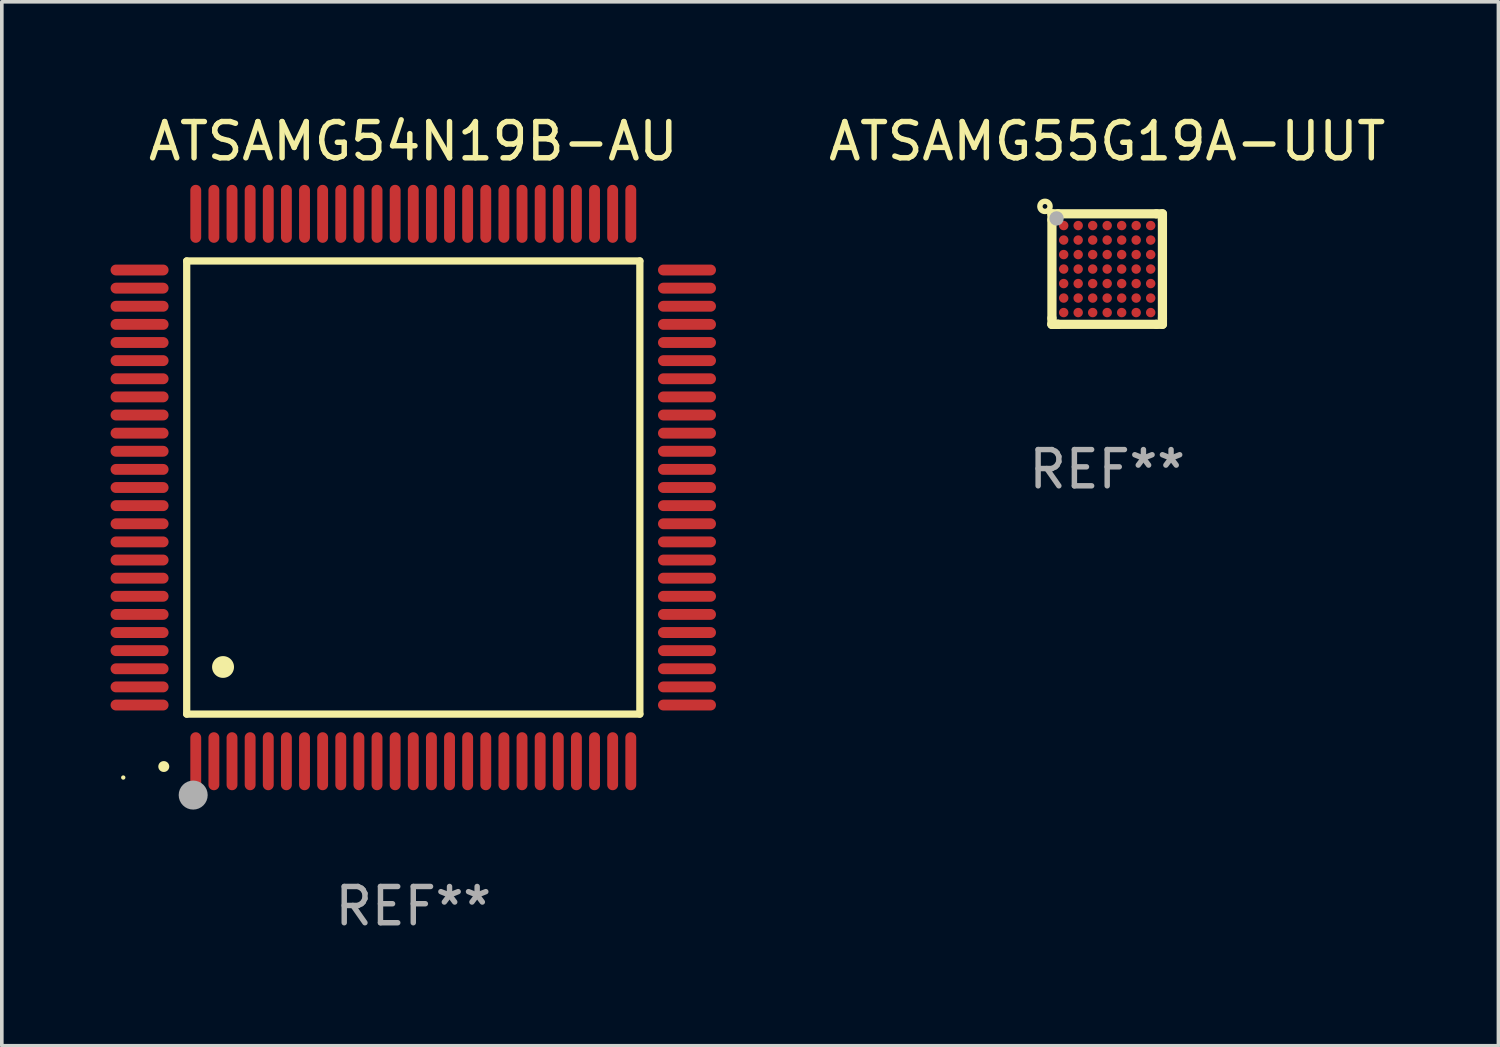
<source format=kicad_pcb>
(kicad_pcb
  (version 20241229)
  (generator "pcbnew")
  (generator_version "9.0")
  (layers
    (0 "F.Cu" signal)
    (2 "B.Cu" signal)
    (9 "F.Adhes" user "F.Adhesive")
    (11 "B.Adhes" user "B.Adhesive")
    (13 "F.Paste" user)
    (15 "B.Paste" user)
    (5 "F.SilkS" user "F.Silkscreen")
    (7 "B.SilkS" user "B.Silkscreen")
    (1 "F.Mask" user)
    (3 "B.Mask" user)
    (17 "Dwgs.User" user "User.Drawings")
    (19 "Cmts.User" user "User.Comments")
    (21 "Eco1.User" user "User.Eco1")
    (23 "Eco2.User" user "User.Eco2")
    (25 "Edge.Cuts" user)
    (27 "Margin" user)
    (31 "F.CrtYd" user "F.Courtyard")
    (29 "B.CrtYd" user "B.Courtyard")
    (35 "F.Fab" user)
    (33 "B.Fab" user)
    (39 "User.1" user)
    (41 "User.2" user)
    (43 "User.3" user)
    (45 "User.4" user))
  (footprint "ATSAMG54N19B-AU"
    (layer "F.Cu")
    (at 8.35 10.398)
    (property "Reference" "ATSAMG54N19B-AU" (at 0 -9.55 0) (layer "F.SilkS") (effects (font (size 1 1) (thickness 0.15))))
    (attr through_hole)
    (fp_line (start -6.25 -6.25) (end -6.25 6.25) (stroke (width 0.2) (type solid)) (layer "F.SilkS"))
    (fp_line (start -6.25 6.25) (end 6.25 6.25) (stroke (width 0.2) (type solid)) (layer "F.SilkS"))
    (fp_line (start 6.25 -6.25) (end -6.25 -6.25) (stroke (width 0.2) (type solid)) (layer "F.SilkS"))
    (fp_line (start 6.25 6.25) (end 6.25 -6.25) (stroke (width 0.2) (type solid)) (layer "F.SilkS"))
    (fp_arc (start -6.883414 7.696215) (mid -6.882144 7.69621) (end -6.880874 7.696215) (stroke (width 0.3) (type solid)) (layer "F.SilkS"))
    (fp_arc (start -5.250191 4.95047) (mid -5.247651 4.950459) (end -5.245111 4.95047) (stroke (width 0.6) (type solid)) (layer "F.SilkS"))
    (fp_circle (center -8 8) (end -7.97 8) (stroke (width 0.06) (type solid)) (fill no) (layer "F.SilkS"))
    (fp_circle (center -6.071 8.484) (end -5.871 8.484) (stroke (width 0.4) (type solid)) (fill no) (layer "F.Fab"))
    (fp_text user "REF**" (at 0 11.55 0) (layer "F.Fab") (effects (font (size 1 1) (thickness 0.15))))
    (pad "1" smd oval (at -6 7.55) (size 0.3 1.6) (layers "F.Cu" "F.Mask" "F.Paste"))
    (pad "2" smd oval (at -5.5 7.55) (size 0.3 1.6) (layers "F.Cu" "F.Mask" "F.Paste"))
    (pad "3" smd oval (at -5 7.55) (size 0.3 1.6) (layers "F.Cu" "F.Mask" "F.Paste"))
    (pad "4" smd oval (at -4.5 7.55) (size 0.3 1.6) (layers "F.Cu" "F.Mask" "F.Paste"))
    (pad "5" smd oval (at -4 7.55) (size 0.3 1.6) (layers "F.Cu" "F.Mask" "F.Paste"))
    (pad "6" smd oval (at -3.5 7.55) (size 0.3 1.6) (layers "F.Cu" "F.Mask" "F.Paste"))
    (pad "7" smd oval (at -3 7.55) (size 0.3 1.6) (layers "F.Cu" "F.Mask" "F.Paste"))
    (pad "8" smd oval (at -2.5 7.55) (size 0.3 1.6) (layers "F.Cu" "F.Mask" "F.Paste"))
    (pad "9" smd oval (at -2 7.55) (size 0.3 1.6) (layers "F.Cu" "F.Mask" "F.Paste"))
    (pad "10" smd oval (at -1.5 7.55) (size 0.3 1.6) (layers "F.Cu" "F.Mask" "F.Paste"))
    (pad "11" smd oval (at -1 7.55) (size 0.3 1.6) (layers "F.Cu" "F.Mask" "F.Paste"))
    (pad "12" smd oval (at -0.5 7.55) (size 0.3 1.6) (layers "F.Cu" "F.Mask" "F.Paste"))
    (pad "13" smd oval (at 0 7.55) (size 0.3 1.6) (layers "F.Cu" "F.Mask" "F.Paste"))
    (pad "14" smd oval (at 0.5 7.55) (size 0.3 1.6) (layers "F.Cu" "F.Mask" "F.Paste"))
    (pad "15" smd oval (at 1 7.55) (size 0.3 1.6) (layers "F.Cu" "F.Mask" "F.Paste"))
    (pad "16" smd oval (at 1.5 7.55) (size 0.3 1.6) (layers "F.Cu" "F.Mask" "F.Paste"))
    (pad "17" smd oval (at 2 7.55) (size 0.3 1.6) (layers "F.Cu" "F.Mask" "F.Paste"))
    (pad "18" smd oval (at 2.5 7.55) (size 0.3 1.6) (layers "F.Cu" "F.Mask" "F.Paste"))
    (pad "19" smd oval (at 3 7.55) (size 0.3 1.6) (layers "F.Cu" "F.Mask" "F.Paste"))
    (pad "20" smd oval (at 3.5 7.55) (size 0.3 1.6) (layers "F.Cu" "F.Mask" "F.Paste"))
    (pad "21" smd oval (at 4 7.55) (size 0.3 1.6) (layers "F.Cu" "F.Mask" "F.Paste"))
    (pad "22" smd oval (at 4.5 7.55) (size 0.3 1.6) (layers "F.Cu" "F.Mask" "F.Paste"))
    (pad "23" smd oval (at 5 7.55) (size 0.3 1.6) (layers "F.Cu" "F.Mask" "F.Paste"))
    (pad "24" smd oval (at 5.5 7.55) (size 0.3 1.6) (layers "F.Cu" "F.Mask" "F.Paste"))
    (pad "25" smd oval (at 6 7.55) (size 0.3 1.6) (layers "F.Cu" "F.Mask" "F.Paste"))
    (pad "26" smd oval (at 7.55 6) (size 1.6 0.3) (layers "F.Cu" "F.Mask" "F.Paste"))
    (pad "27" smd oval (at 7.55 5.5) (size 1.6 0.3) (layers "F.Cu" "F.Mask" "F.Paste"))
    (pad "28" smd oval (at 7.55 5) (size 1.6 0.3) (layers "F.Cu" "F.Mask" "F.Paste"))
    (pad "29" smd oval (at 7.55 4.5) (size 1.6 0.3) (layers "F.Cu" "F.Mask" "F.Paste"))
    (pad "30" smd oval (at 7.55 4) (size 1.6 0.3) (layers "F.Cu" "F.Mask" "F.Paste"))
    (pad "31" smd oval (at 7.55 3.5) (size 1.6 0.3) (layers "F.Cu" "F.Mask" "F.Paste"))
    (pad "32" smd oval (at 7.55 3) (size 1.6 0.3) (layers "F.Cu" "F.Mask" "F.Paste"))
    (pad "33" smd oval (at 7.55 2.5) (size 1.6 0.3) (layers "F.Cu" "F.Mask" "F.Paste"))
    (pad "34" smd oval (at 7.55 2) (size 1.6 0.3) (layers "F.Cu" "F.Mask" "F.Paste"))
    (pad "35" smd oval (at 7.55 1.5) (size 1.6 0.3) (layers "F.Cu" "F.Mask" "F.Paste"))
    (pad "36" smd oval (at 7.55 1) (size 1.6 0.3) (layers "F.Cu" "F.Mask" "F.Paste"))
    (pad "37" smd oval (at 7.55 0.5) (size 1.6 0.3) (layers "F.Cu" "F.Mask" "F.Paste"))
    (pad "38" smd oval (at 7.55 0) (size 1.6 0.3) (layers "F.Cu" "F.Mask" "F.Paste"))
    (pad "39" smd oval (at 7.55 -0.5) (size 1.6 0.3) (layers "F.Cu" "F.Mask" "F.Paste"))
    (pad "40" smd oval (at 7.55 -1) (size 1.6 0.3) (layers "F.Cu" "F.Mask" "F.Paste"))
    (pad "41" smd oval (at 7.55 -1.5) (size 1.6 0.3) (layers "F.Cu" "F.Mask" "F.Paste"))
    (pad "42" smd oval (at 7.55 -2) (size 1.6 0.3) (layers "F.Cu" "F.Mask" "F.Paste"))
    (pad "43" smd oval (at 7.55 -2.5) (size 1.6 0.3) (layers "F.Cu" "F.Mask" "F.Paste"))
    (pad "44" smd oval (at 7.55 -3) (size 1.6 0.3) (layers "F.Cu" "F.Mask" "F.Paste"))
    (pad "45" smd oval (at 7.55 -3.5) (size 1.6 0.3) (layers "F.Cu" "F.Mask" "F.Paste"))
    (pad "46" smd oval (at 7.55 -4) (size 1.6 0.3) (layers "F.Cu" "F.Mask" "F.Paste"))
    (pad "47" smd oval (at 7.55 -4.5) (size 1.6 0.3) (layers "F.Cu" "F.Mask" "F.Paste"))
    (pad "48" smd oval (at 7.55 -5) (size 1.6 0.3) (layers "F.Cu" "F.Mask" "F.Paste"))
    (pad "49" smd oval (at 7.55 -5.5) (size 1.6 0.3) (layers "F.Cu" "F.Mask" "F.Paste"))
    (pad "50" smd oval (at 7.55 -6) (size 1.6 0.3) (layers "F.Cu" "F.Mask" "F.Paste"))
    (pad "51" smd oval (at 6 -7.55) (size 0.3 1.6) (layers "F.Cu" "F.Mask" "F.Paste"))
    (pad "52" smd oval (at 5.5 -7.55) (size 0.3 1.6) (layers "F.Cu" "F.Mask" "F.Paste"))
    (pad "53" smd oval (at 5 -7.55) (size 0.3 1.6) (layers "F.Cu" "F.Mask" "F.Paste"))
    (pad "54" smd oval (at 4.5 -7.55) (size 0.3 1.6) (layers "F.Cu" "F.Mask" "F.Paste"))
    (pad "55" smd oval (at 4 -7.55) (size 0.3 1.6) (layers "F.Cu" "F.Mask" "F.Paste"))
    (pad "56" smd oval (at 3.5 -7.55) (size 0.3 1.6) (layers "F.Cu" "F.Mask" "F.Paste"))
    (pad "57" smd oval (at 3 -7.55) (size 0.3 1.6) (layers "F.Cu" "F.Mask" "F.Paste"))
    (pad "58" smd oval (at 2.5 -7.55) (size 0.3 1.6) (layers "F.Cu" "F.Mask" "F.Paste"))
    (pad "59" smd oval (at 2 -7.55) (size 0.3 1.6) (layers "F.Cu" "F.Mask" "F.Paste"))
    (pad "60" smd oval (at 1.5 -7.55) (size 0.3 1.6) (layers "F.Cu" "F.Mask" "F.Paste"))
    (pad "61" smd oval (at 1 -7.55) (size 0.3 1.6) (layers "F.Cu" "F.Mask" "F.Paste"))
    (pad "62" smd oval (at 0.5 -7.55) (size 0.3 1.6) (layers "F.Cu" "F.Mask" "F.Paste"))
    (pad "63" smd oval (at 0 -7.55) (size 0.3 1.6) (layers "F.Cu" "F.Mask" "F.Paste"))
    (pad "64" smd oval (at -0.5 -7.55) (size 0.3 1.6) (layers "F.Cu" "F.Mask" "F.Paste"))
    (pad "65" smd oval (at -1 -7.55) (size 0.3 1.6) (layers "F.Cu" "F.Mask" "F.Paste"))
    (pad "66" smd oval (at -1.5 -7.55) (size 0.3 1.6) (layers "F.Cu" "F.Mask" "F.Paste"))
    (pad "67" smd oval (at -2 -7.55) (size 0.3 1.6) (layers "F.Cu" "F.Mask" "F.Paste"))
    (pad "68" smd oval (at -2.5 -7.55) (size 0.3 1.6) (layers "F.Cu" "F.Mask" "F.Paste"))
    (pad "69" smd oval (at -3 -7.55) (size 0.3 1.6) (layers "F.Cu" "F.Mask" "F.Paste"))
    (pad "70" smd oval (at -3.5 -7.55) (size 0.3 1.6) (layers "F.Cu" "F.Mask" "F.Paste"))
    (pad "71" smd oval (at -4 -7.55) (size 0.3 1.6) (layers "F.Cu" "F.Mask" "F.Paste"))
    (pad "72" smd oval (at -4.5 -7.55) (size 0.3 1.6) (layers "F.Cu" "F.Mask" "F.Paste"))
    (pad "73" smd oval (at -5 -7.55) (size 0.3 1.6) (layers "F.Cu" "F.Mask" "F.Paste"))
    (pad "74" smd oval (at -5.5 -7.55) (size 0.3 1.6) (layers "F.Cu" "F.Mask" "F.Paste"))
    (pad "75" smd oval (at -6 -7.55) (size 0.3 1.6) (layers "F.Cu" "F.Mask" "F.Paste"))
    (pad "76" smd oval (at -7.55 -6) (size 1.6 0.3) (layers "F.Cu" "F.Mask" "F.Paste"))
    (pad "77" smd oval (at -7.55 -5.5) (size 1.6 0.3) (layers "F.Cu" "F.Mask" "F.Paste"))
    (pad "78" smd oval (at -7.55 -5) (size 1.6 0.3) (layers "F.Cu" "F.Mask" "F.Paste"))
    (pad "79" smd oval (at -7.55 -4.5) (size 1.6 0.3) (layers "F.Cu" "F.Mask" "F.Paste"))
    (pad "80" smd oval (at -7.55 -4) (size 1.6 0.3) (layers "F.Cu" "F.Mask" "F.Paste"))
    (pad "81" smd oval (at -7.55 -3.5) (size 1.6 0.3) (layers "F.Cu" "F.Mask" "F.Paste"))
    (pad "82" smd oval (at -7.55 -3) (size 1.6 0.3) (layers "F.Cu" "F.Mask" "F.Paste"))
    (pad "83" smd oval (at -7.55 -2.5) (size 1.6 0.3) (layers "F.Cu" "F.Mask" "F.Paste"))
    (pad "84" smd oval (at -7.55 -2) (size 1.6 0.3) (layers "F.Cu" "F.Mask" "F.Paste"))
    (pad "85" smd oval (at -7.55 -1.5) (size 1.6 0.3) (layers "F.Cu" "F.Mask" "F.Paste"))
    (pad "86" smd oval (at -7.55 -1) (size 1.6 0.3) (layers "F.Cu" "F.Mask" "F.Paste"))
    (pad "87" smd oval (at -7.55 -0.5) (size 1.6 0.3) (layers "F.Cu" "F.Mask" "F.Paste"))
    (pad "88" smd oval (at -7.55 0) (size 1.6 0.3) (layers "F.Cu" "F.Mask" "F.Paste"))
    (pad "89" smd oval (at -7.55 0.5) (size 1.6 0.3) (layers "F.Cu" "F.Mask" "F.Paste"))
    (pad "90" smd oval (at -7.55 1) (size 1.6 0.3) (layers "F.Cu" "F.Mask" "F.Paste"))
    (pad "91" smd oval (at -7.55 1.5) (size 1.6 0.3) (layers "F.Cu" "F.Mask" "F.Paste"))
    (pad "92" smd oval (at -7.55 2) (size 1.6 0.3) (layers "F.Cu" "F.Mask" "F.Paste"))
    (pad "93" smd oval (at -7.55 2.5) (size 1.6 0.3) (layers "F.Cu" "F.Mask" "F.Paste"))
    (pad "94" smd oval (at -7.55 3) (size 1.6 0.3) (layers "F.Cu" "F.Mask" "F.Paste"))
    (pad "95" smd oval (at -7.55 3.5) (size 1.6 0.3) (layers "F.Cu" "F.Mask" "F.Paste"))
    (pad "96" smd oval (at -7.55 4) (size 1.6 0.3) (layers "F.Cu" "F.Mask" "F.Paste"))
    (pad "97" smd oval (at -7.55 4.5) (size 1.6 0.3) (layers "F.Cu" "F.Mask" "F.Paste"))
    (pad "98" smd oval (at -7.55 5) (size 1.6 0.3) (layers "F.Cu" "F.Mask" "F.Paste"))
    (pad "99" smd oval (at -7.55 5.5) (size 1.6 0.3) (layers "F.Cu" "F.Mask" "F.Paste"))
    (pad "100" smd oval (at -7.55 6) (size 1.6 0.3) (layers "F.Cu" "F.Mask" "F.Paste")))
  (footprint "ATSAMG55G19A-UUT"
    (layer "F.Cu")
    (at 27.491 4.372)
    (property "Reference" "ATSAMG55G19A-UUT" (at 0 -3.524 0) (layer "F.SilkS") (effects (font (size 1 1) (thickness 0.15))))
    (attr through_hole)
    (fp_line (start -1.524 -1.524) (end -1.356 -1.524) (stroke (width 0.254) (type solid)) (layer "F.SilkS"))
    (fp_line (start -1.524 -1.356) (end -1.524 -1.524) (stroke (width 0.254) (type solid)) (layer "F.SilkS"))
    (fp_line (start -1.524 -1.356) (end -1.524 1.356) (stroke (width 0.254) (type solid)) (layer "F.SilkS"))
    (fp_line (start -1.524 1.524) (end -1.524 1.356) (stroke (width 0.254) (type solid)) (layer "F.SilkS"))
    (fp_line (start -1.356 -1.524) (end 1.356 -1.524) (stroke (width 0.254) (type solid)) (layer "F.SilkS"))
    (fp_line (start -1.356 1.524) (end -1.524 1.524) (stroke (width 0.254) (type solid)) (layer "F.SilkS"))
    (fp_line (start -1.356 1.524) (end -1.524 1.524) (stroke (width 0.254) (type solid)) (layer "F.SilkS"))
    (fp_line (start 1.356 -1.524) (end 1.524 -1.524) (stroke (width 0.254) (type solid)) (layer "F.SilkS"))
    (fp_line (start 1.356 1.524) (end -1.356 1.524) (stroke (width 0.254) (type solid)) (layer "F.SilkS"))
    (fp_line (start 1.524 -1.524) (end 1.524 -1.356) (stroke (width 0.254) (type solid)) (layer "F.SilkS"))
    (fp_line (start 1.524 -1.356) (end 1.524 1.356) (stroke (width 0.254) (type solid)) (layer "F.SilkS"))
    (fp_line (start 1.524 1.356) (end 1.524 1.524) (stroke (width 0.254) (type solid)) (layer "F.SilkS"))
    (fp_line (start 1.524 1.524) (end 1.356 1.524) (stroke (width 0.254) (type solid)) (layer "F.SilkS"))
    (fp_circle (center -1.716 -1.729) (end -1.651 -1.729) (stroke (width 0.15) (type solid)) (fill no) (layer "F.SilkS"))
    (fp_circle (center -1.4 -1.4) (end -1.37 -1.4) (stroke (width 0.06) (type solid)) (fill no) (layer "F.SilkS"))
    (fp_circle (center -1.397 -1.397) (end -1.297 -1.397) (stroke (width 0.2) (type solid)) (fill no) (layer "F.Fab"))
    (fp_text user "REF**" (at 0 5.524 0) (layer "F.Fab") (effects (font (size 1 1) (thickness 0.15))))
    (pad "A1" smd circle (at -1.2 -1.2) (size 0.26 0.26) (layers "F.Cu" "F.Mask" "F.Paste"))
    (pad "A2" smd circle (at -0.8 -1.2) (size 0.26 0.26) (layers "F.Cu" "F.Mask" "F.Paste"))
    (pad "A3" smd circle (at -0.4 -1.2) (size 0.26 0.26) (layers "F.Cu" "F.Mask" "F.Paste"))
    (pad "A4" smd circle (at 0.000025 -1.2) (size 0.26 0.26) (layers "F.Cu" "F.Mask" "F.Paste"))
    (pad "A5" smd circle (at 0.4 -1.2) (size 0.26 0.26) (layers "F.Cu" "F.Mask" "F.Paste"))
    (pad "A6" smd circle (at 0.8 -1.2) (size 0.26 0.26) (layers "F.Cu" "F.Mask" "F.Paste"))
    (pad "A7" smd circle (at 1.2 -1.2) (size 0.26 0.26) (layers "F.Cu" "F.Mask" "F.Paste"))
    (pad "B1" smd circle (at -1.2 -0.8) (size 0.26 0.26) (layers "F.Cu" "F.Mask" "F.Paste"))
    (pad "B2" smd circle (at -0.8 -0.8) (size 0.26 0.26) (layers "F.Cu" "F.Mask" "F.Paste"))
    (pad "B3" smd circle (at -0.4 -0.8) (size 0.26 0.26) (layers "F.Cu" "F.Mask" "F.Paste"))
    (pad "B4" smd circle (at 0.000025 -0.8) (size 0.26 0.26) (layers "F.Cu" "F.Mask" "F.Paste"))
    (pad "B5" smd circle (at 0.4 -0.8) (size 0.26 0.26) (layers "F.Cu" "F.Mask" "F.Paste"))
    (pad "B6" smd circle (at 0.8 -0.8) (size 0.26 0.26) (layers "F.Cu" "F.Mask" "F.Paste"))
    (pad "B7" smd circle (at 1.2 -0.8) (size 0.26 0.26) (layers "F.Cu" "F.Mask" "F.Paste"))
    (pad "C1" smd circle (at -1.2 -0.4) (size 0.26 0.26) (layers "F.Cu" "F.Mask" "F.Paste"))
    (pad "C2" smd circle (at -0.8 -0.4) (size 0.26 0.26) (layers "F.Cu" "F.Mask" "F.Paste"))
    (pad "C3" smd circle (at -0.4 -0.4) (size 0.26 0.26) (layers "F.Cu" "F.Mask" "F.Paste"))
    (pad "C4" smd circle (at 0.000025 -0.4) (size 0.26 0.26) (layers "F.Cu" "F.Mask" "F.Paste"))
    (pad "C5" smd circle (at 0.4 -0.4) (size 0.26 0.26) (layers "F.Cu" "F.Mask" "F.Paste"))
    (pad "C6" smd circle (at 0.8 -0.4) (size 0.26 0.26) (layers "F.Cu" "F.Mask" "F.Paste"))
    (pad "C7" smd circle (at 1.2 -0.4) (size 0.26 0.26) (layers "F.Cu" "F.Mask" "F.Paste"))
    (pad "D1" smd circle (at -1.2 -0.000127) (size 0.26 0.26) (layers "F.Cu" "F.Mask" "F.Paste"))
    (pad "D2" smd circle (at -0.8 -0.000127) (size 0.26 0.26) (layers "F.Cu" "F.Mask" "F.Paste"))
    (pad "D3" smd circle (at -0.4 -0.000127) (size 0.26 0.26) (layers "F.Cu" "F.Mask" "F.Paste"))
    (pad "D4" smd circle (at 0.000025 -0.000127) (size 0.26 0.26) (layers "F.Cu" "F.Mask" "F.Paste"))
    (pad "D5" smd circle (at 0.4 -0.000127) (size 0.26 0.26) (layers "F.Cu" "F.Mask" "F.Paste"))
    (pad "D6" smd circle (at 0.8 -0.000127) (size 0.26 0.26) (layers "F.Cu" "F.Mask" "F.Paste"))
    (pad "D7" smd circle (at 1.2 -0.000127) (size 0.26 0.26) (layers "F.Cu" "F.Mask" "F.Paste"))
    (pad "E1" smd circle (at -1.2 0.4) (size 0.26 0.26) (layers "F.Cu" "F.Mask" "F.Paste"))
    (pad "E2" smd circle (at -0.8 0.4) (size 0.26 0.26) (layers "F.Cu" "F.Mask" "F.Paste"))
    (pad "E3" smd circle (at -0.4 0.4) (size 0.26 0.26) (layers "F.Cu" "F.Mask" "F.Paste"))
    (pad "E4" smd circle (at 0.000025 0.4) (size 0.26 0.26) (layers "F.Cu" "F.Mask" "F.Paste"))
    (pad "E5" smd circle (at 0.4 0.4) (size 0.26 0.26) (layers "F.Cu" "F.Mask" "F.Paste"))
    (pad "E6" smd circle (at 0.8 0.4) (size 0.26 0.26) (layers "F.Cu" "F.Mask" "F.Paste"))
    (pad "E7" smd circle (at 1.2 0.4) (size 0.26 0.26) (layers "F.Cu" "F.Mask" "F.Paste"))
    (pad "F1" smd circle (at -1.2 0.8) (size 0.26 0.26) (layers "F.Cu" "F.Mask" "F.Paste"))
    (pad "F2" smd circle (at -0.8 0.8) (size 0.26 0.26) (layers "F.Cu" "F.Mask" "F.Paste"))
    (pad "F3" smd circle (at -0.4 0.8) (size 0.26 0.26) (layers "F.Cu" "F.Mask" "F.Paste"))
    (pad "F4" smd circle (at 0.000025 0.8) (size 0.26 0.26) (layers "F.Cu" "F.Mask" "F.Paste"))
    (pad "F5" smd circle (at 0.4 0.8) (size 0.26 0.26) (layers "F.Cu" "F.Mask" "F.Paste"))
    (pad "F6" smd circle (at 0.8 0.8) (size 0.26 0.26) (layers "F.Cu" "F.Mask" "F.Paste"))
    (pad "F7" smd circle (at 1.2 0.8) (size 0.26 0.26) (layers "F.Cu" "F.Mask" "F.Paste"))
    (pad "G1" smd circle (at -1.2 1.2) (size 0.26 0.26) (layers "F.Cu" "F.Mask" "F.Paste"))
    (pad "G2" smd circle (at -0.8 1.2) (size 0.26 0.26) (layers "F.Cu" "F.Mask" "F.Paste"))
    (pad "G3" smd circle (at -0.4 1.2) (size 0.26 0.26) (layers "F.Cu" "F.Mask" "F.Paste"))
    (pad "G4" smd circle (at 0.000025 1.2) (size 0.26 0.26) (layers "F.Cu" "F.Mask" "F.Paste"))
    (pad "G5" smd circle (at 0.4 1.2) (size 0.26 0.26) (layers "F.Cu" "F.Mask" "F.Paste"))
    (pad "G6" smd circle (at 0.8 1.2) (size 0.26 0.26) (layers "F.Cu" "F.Mask" "F.Paste"))
    (pad "G7" smd circle (at 1.2 1.2) (size 0.26 0.26) (layers "F.Cu" "F.Mask" "F.Paste")))
  (gr_rect
    (start -3 -3)
    (end 38.283 25.796)
    (stroke (width 0.1) (type default))
    (fill no)
    (layer "Edge.Cuts")))
</source>
